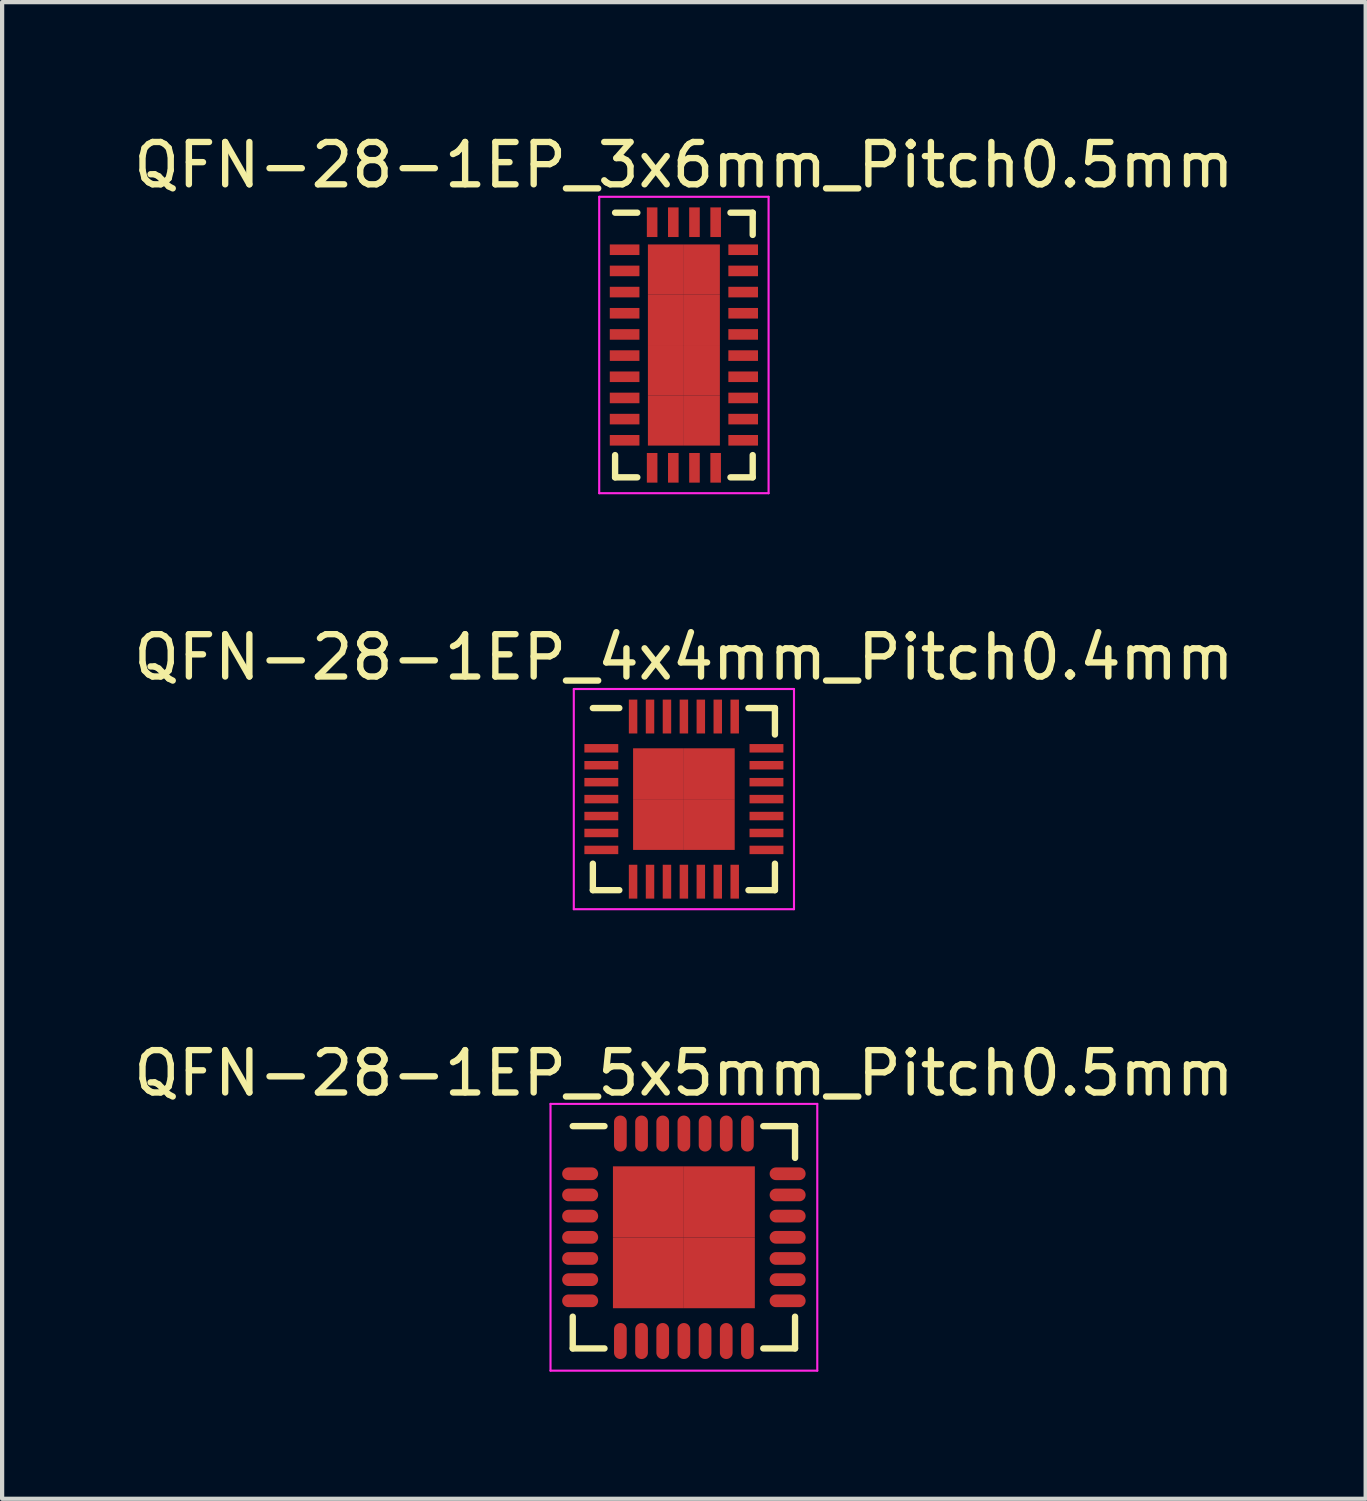
<source format=kicad_pcb>
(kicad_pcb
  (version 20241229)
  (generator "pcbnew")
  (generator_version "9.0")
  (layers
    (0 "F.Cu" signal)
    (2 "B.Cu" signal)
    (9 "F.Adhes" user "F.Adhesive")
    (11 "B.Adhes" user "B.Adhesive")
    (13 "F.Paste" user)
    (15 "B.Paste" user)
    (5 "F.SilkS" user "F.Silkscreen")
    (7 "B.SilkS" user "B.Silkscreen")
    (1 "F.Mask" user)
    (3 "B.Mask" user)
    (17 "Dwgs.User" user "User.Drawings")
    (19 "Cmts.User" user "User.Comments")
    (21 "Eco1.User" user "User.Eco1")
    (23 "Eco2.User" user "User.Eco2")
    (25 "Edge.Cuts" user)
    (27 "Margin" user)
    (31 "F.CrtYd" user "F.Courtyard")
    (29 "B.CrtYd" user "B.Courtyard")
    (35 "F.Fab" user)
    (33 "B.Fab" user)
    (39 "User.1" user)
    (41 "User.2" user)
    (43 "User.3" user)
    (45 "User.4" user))
  (footprint "QFN-28-1EP_4x4mm_Pitch0.4mm"
    (layer "F.Cu")
    (at 13.101 15.822)
    (property "Reference" "QFN-28-1EP_4x4mm_Pitch0.4mm" (at 0 -3.35 0) (layer "F.SilkS") (effects (font (size 1 1) (thickness 0.15))))
    (attr smd)
    (fp_line (start -2.15 -2.15) (end -1.525 -2.15) (stroke (width 0.15) (type solid)) (layer "F.SilkS"))
    (fp_line (start -2.15 2.15) (end -2.15 1.525) (stroke (width 0.15) (type solid)) (layer "F.SilkS"))
    (fp_line (start -2.15 2.15) (end -1.525 2.15) (stroke (width 0.15) (type solid)) (layer "F.SilkS"))
    (fp_line (start 2.15 -2.15) (end 1.525 -2.15) (stroke (width 0.15) (type solid)) (layer "F.SilkS"))
    (fp_line (start 2.15 -2.15) (end 2.15 -1.525) (stroke (width 0.15) (type solid)) (layer "F.SilkS"))
    (fp_line (start 2.15 2.15) (end 1.525 2.15) (stroke (width 0.15) (type solid)) (layer "F.SilkS"))
    (fp_line (start 2.15 2.15) (end 2.15 1.525) (stroke (width 0.15) (type solid)) (layer "F.SilkS"))
    (fp_line (start -2.6 -2.6) (end -2.6 2.6) (stroke (width 0.05) (type solid)) (layer "F.CrtYd"))
    (fp_line (start -2.6 -2.6) (end 2.6 -2.6) (stroke (width 0.05) (type solid)) (layer "F.CrtYd"))
    (fp_line (start -2.6 2.6) (end 2.6 2.6) (stroke (width 0.05) (type solid)) (layer "F.CrtYd"))
    (fp_line (start 2.6 -2.6) (end 2.6 2.6) (stroke (width 0.05) (type solid)) (layer "F.CrtYd"))
    (pad "1" smd rect (at -1.95 -1.2) (size 0.8 0.2) (layers "F.Cu" "F.Mask" "F.Paste"))
    (pad "2" smd rect (at -1.95 -0.8) (size 0.8 0.2) (layers "F.Cu" "F.Mask" "F.Paste"))
    (pad "3" smd rect (at -1.95 -0.4) (size 0.8 0.2) (layers "F.Cu" "F.Mask" "F.Paste"))
    (pad "4" smd rect (at -1.95 0) (size 0.8 0.2) (layers "F.Cu" "F.Mask" "F.Paste"))
    (pad "5" smd rect (at -1.95 0.4) (size 0.8 0.2) (layers "F.Cu" "F.Mask" "F.Paste"))
    (pad "6" smd rect (at -1.95 0.8) (size 0.8 0.2) (layers "F.Cu" "F.Mask" "F.Paste"))
    (pad "7" smd rect (at -1.95 1.2) (size 0.8 0.2) (layers "F.Cu" "F.Mask" "F.Paste"))
    (pad "8" smd rect (at -1.2 1.95 90) (size 0.8 0.2) (layers "F.Cu" "F.Mask" "F.Paste"))
    (pad "9" smd rect (at -0.8 1.95 90) (size 0.8 0.2) (layers "F.Cu" "F.Mask" "F.Paste"))
    (pad "10" smd rect (at -0.4 1.95 90) (size 0.8 0.2) (layers "F.Cu" "F.Mask" "F.Paste"))
    (pad "11" smd rect (at 0 1.95 90) (size 0.8 0.2) (layers "F.Cu" "F.Mask" "F.Paste"))
    (pad "12" smd rect (at 0.4 1.95 90) (size 0.8 0.2) (layers "F.Cu" "F.Mask" "F.Paste"))
    (pad "13" smd rect (at 0.8 1.95 90) (size 0.8 0.2) (layers "F.Cu" "F.Mask" "F.Paste"))
    (pad "14" smd rect (at 1.2 1.95 90) (size 0.8 0.2) (layers "F.Cu" "F.Mask" "F.Paste"))
    (pad "15" smd rect (at 1.95 1.2) (size 0.8 0.2) (layers "F.Cu" "F.Mask" "F.Paste"))
    (pad "16" smd rect (at 1.95 0.8) (size 0.8 0.2) (layers "F.Cu" "F.Mask" "F.Paste"))
    (pad "17" smd rect (at 1.95 0.4) (size 0.8 0.2) (layers "F.Cu" "F.Mask" "F.Paste"))
    (pad "18" smd rect (at 1.95 0) (size 0.8 0.2) (layers "F.Cu" "F.Mask" "F.Paste"))
    (pad "19" smd rect (at 1.95 -0.4) (size 0.8 0.2) (layers "F.Cu" "F.Mask" "F.Paste"))
    (pad "20" smd rect (at 1.95 -0.8) (size 0.8 0.2) (layers "F.Cu" "F.Mask" "F.Paste"))
    (pad "21" smd rect (at 1.95 -1.2) (size 0.8 0.2) (layers "F.Cu" "F.Mask" "F.Paste"))
    (pad "22" smd rect (at 1.2 -1.95 90) (size 0.8 0.2) (layers "F.Cu" "F.Mask" "F.Paste"))
    (pad "23" smd rect (at 0.8 -1.95 90) (size 0.8 0.2) (layers "F.Cu" "F.Mask" "F.Paste"))
    (pad "24" smd rect (at 0.4 -1.95 90) (size 0.8 0.2) (layers "F.Cu" "F.Mask" "F.Paste"))
    (pad "25" smd rect (at 0 -1.95 90) (size 0.8 0.2) (layers "F.Cu" "F.Mask" "F.Paste"))
    (pad "26" smd rect (at -0.4 -1.95 90) (size 0.8 0.2) (layers "F.Cu" "F.Mask" "F.Paste"))
    (pad "27" smd rect (at -0.8 -1.95 90) (size 0.8 0.2) (layers "F.Cu" "F.Mask" "F.Paste"))
    (pad "28" smd rect (at -1.2 -1.95 90) (size 0.8 0.2) (layers "F.Cu" "F.Mask" "F.Paste"))
    (pad "29" smd rect (at -0.6 -0.6) (size 1.2 1.2) (layers "F.Cu" "F.Mask" "F.Paste"))
    (pad "29" smd rect (at -0.6 0.6) (size 1.2 1.2) (layers "F.Cu" "F.Mask" "F.Paste"))
    (pad "29" smd rect (at 0.6 -0.6) (size 1.2 1.2) (layers "F.Cu" "F.Mask" "F.Paste"))
    (pad "29" smd rect (at 0.6 0.6) (size 1.2 1.2) (layers "F.Cu" "F.Mask" "F.Paste")))
  (footprint "QFN-28-1EP_3x6mm_Pitch0.5mm"
    (layer "F.Cu")
    (at 13.101 5.098)
    (property "Reference" "QFN-28-1EP_3x6mm_Pitch0.5mm" (at 0 -4.25 0) (layer "F.SilkS") (effects (font (size 1 1) (thickness 0.15))))
    (attr smd)
    (fp_line (start -1.625 -3.125) (end -1.1 -3.125) (stroke (width 0.15) (type solid)) (layer "F.SilkS"))
    (fp_line (start -1.625 3.125) (end -1.625 2.6) (stroke (width 0.15) (type solid)) (layer "F.SilkS"))
    (fp_line (start -1.625 3.125) (end -1.1 3.125) (stroke (width 0.15) (type solid)) (layer "F.SilkS"))
    (fp_line (start 1.625 -3.125) (end 1.1 -3.125) (stroke (width 0.15) (type solid)) (layer "F.SilkS"))
    (fp_line (start 1.625 -3.125) (end 1.625 -2.6) (stroke (width 0.15) (type solid)) (layer "F.SilkS"))
    (fp_line (start 1.625 3.125) (end 1.1 3.125) (stroke (width 0.15) (type solid)) (layer "F.SilkS"))
    (fp_line (start 1.625 3.125) (end 1.625 2.6) (stroke (width 0.15) (type solid)) (layer "F.SilkS"))
    (fp_line (start -2 -3.5) (end -2 3.5) (stroke (width 0.05) (type solid)) (layer "F.CrtYd"))
    (fp_line (start -2 -3.5) (end 2 -3.5) (stroke (width 0.05) (type solid)) (layer "F.CrtYd"))
    (fp_line (start -2 3.5) (end 2 3.5) (stroke (width 0.05) (type solid)) (layer "F.CrtYd"))
    (fp_line (start 2 -3.5) (end 2 3.5) (stroke (width 0.05) (type solid)) (layer "F.CrtYd"))
    (pad "1" smd rect (at -1.4 -2.25) (size 0.7 0.25) (layers "F.Cu" "F.Mask" "F.Paste"))
    (pad "2" smd rect (at -1.4 -1.75) (size 0.7 0.25) (layers "F.Cu" "F.Mask" "F.Paste"))
    (pad "3" smd rect (at -1.4 -1.25) (size 0.7 0.25) (layers "F.Cu" "F.Mask" "F.Paste"))
    (pad "4" smd rect (at -1.4 -0.75) (size 0.7 0.25) (layers "F.Cu" "F.Mask" "F.Paste"))
    (pad "5" smd rect (at -1.4 -0.25) (size 0.7 0.25) (layers "F.Cu" "F.Mask" "F.Paste"))
    (pad "6" smd rect (at -1.4 0.25) (size 0.7 0.25) (layers "F.Cu" "F.Mask" "F.Paste"))
    (pad "7" smd rect (at -1.4 0.75) (size 0.7 0.25) (layers "F.Cu" "F.Mask" "F.Paste"))
    (pad "8" smd rect (at -1.4 1.25) (size 0.7 0.25) (layers "F.Cu" "F.Mask" "F.Paste"))
    (pad "9" smd rect (at -1.4 1.75) (size 0.7 0.25) (layers "F.Cu" "F.Mask" "F.Paste"))
    (pad "10" smd rect (at -1.4 2.25) (size 0.7 0.25) (layers "F.Cu" "F.Mask" "F.Paste"))
    (pad "11" smd rect (at -0.75 2.9 90) (size 0.7 0.25) (layers "F.Cu" "F.Mask" "F.Paste"))
    (pad "12" smd rect (at -0.25 2.9 90) (size 0.7 0.25) (layers "F.Cu" "F.Mask" "F.Paste"))
    (pad "13" smd rect (at 0.25 2.9 90) (size 0.7 0.25) (layers "F.Cu" "F.Mask" "F.Paste"))
    (pad "14" smd rect (at 0.75 2.9 90) (size 0.7 0.25) (layers "F.Cu" "F.Mask" "F.Paste"))
    (pad "15" smd rect (at 1.4 2.25) (size 0.7 0.25) (layers "F.Cu" "F.Mask" "F.Paste"))
    (pad "16" smd rect (at 1.4 1.75) (size 0.7 0.25) (layers "F.Cu" "F.Mask" "F.Paste"))
    (pad "17" smd rect (at 1.4 1.25) (size 0.7 0.25) (layers "F.Cu" "F.Mask" "F.Paste"))
    (pad "18" smd rect (at 1.4 0.75) (size 0.7 0.25) (layers "F.Cu" "F.Mask" "F.Paste"))
    (pad "19" smd rect (at 1.4 0.25) (size 0.7 0.25) (layers "F.Cu" "F.Mask" "F.Paste"))
    (pad "20" smd rect (at 1.4 -0.25) (size 0.7 0.25) (layers "F.Cu" "F.Mask" "F.Paste"))
    (pad "21" smd rect (at 1.4 -0.75) (size 0.7 0.25) (layers "F.Cu" "F.Mask" "F.Paste"))
    (pad "22" smd rect (at 1.4 -1.25) (size 0.7 0.25) (layers "F.Cu" "F.Mask" "F.Paste"))
    (pad "23" smd rect (at 1.4 -1.75) (size 0.7 0.25) (layers "F.Cu" "F.Mask" "F.Paste"))
    (pad "24" smd rect (at 1.4 -2.25) (size 0.7 0.25) (layers "F.Cu" "F.Mask" "F.Paste"))
    (pad "25" smd rect (at 0.75 -2.9 90) (size 0.7 0.25) (layers "F.Cu" "F.Mask" "F.Paste"))
    (pad "26" smd rect (at 0.25 -2.9 90) (size 0.7 0.25) (layers "F.Cu" "F.Mask" "F.Paste"))
    (pad "27" smd rect (at -0.25 -2.9 90) (size 0.7 0.25) (layers "F.Cu" "F.Mask" "F.Paste"))
    (pad "28" smd rect (at -0.75 -2.9 90) (size 0.7 0.25) (layers "F.Cu" "F.Mask" "F.Paste"))
    (pad "29" smd rect (at -0.425 -1.781) (size 0.85 1.188) (layers "F.Cu" "F.Mask" "F.Paste"))
    (pad "29" smd rect (at -0.425 -0.594) (size 0.85 1.188) (layers "F.Cu" "F.Mask" "F.Paste"))
    (pad "29" smd rect (at -0.425 0.594) (size 0.85 1.188) (layers "F.Cu" "F.Mask" "F.Paste"))
    (pad "29" smd rect (at -0.425 1.781) (size 0.85 1.188) (layers "F.Cu" "F.Mask" "F.Paste"))
    (pad "29" smd rect (at 0.425 -1.781) (size 0.85 1.188) (layers "F.Cu" "F.Mask" "F.Paste"))
    (pad "29" smd rect (at 0.425 -0.594) (size 0.85 1.188) (layers "F.Cu" "F.Mask" "F.Paste"))
    (pad "29" smd rect (at 0.425 0.594) (size 0.85 1.188) (layers "F.Cu" "F.Mask" "F.Paste"))
    (pad "29" smd rect (at 0.425 1.781) (size 0.85 1.188) (layers "F.Cu" "F.Mask" "F.Paste")))
  (footprint "QFN-28-1EP_5x5mm_Pitch0.5mm"
    (layer "F.Cu")
    (at 13.101 26.17)
    (property "Reference" "QFN-28-1EP_5x5mm_Pitch0.5mm" (at 0 -3.875 0) (layer "F.SilkS") (effects (font (size 1 1) (thickness 0.15))))
    (attr smd)
    (fp_line (start -2.625 -2.625) (end -1.875 -2.625) (stroke (width 0.15) (type solid)) (layer "F.SilkS"))
    (fp_line (start -2.625 2.625) (end -2.625 1.875) (stroke (width 0.15) (type solid)) (layer "F.SilkS"))
    (fp_line (start -2.625 2.625) (end -1.875 2.625) (stroke (width 0.15) (type solid)) (layer "F.SilkS"))
    (fp_line (start 2.625 -2.625) (end 1.875 -2.625) (stroke (width 0.15) (type solid)) (layer "F.SilkS"))
    (fp_line (start 2.625 -2.625) (end 2.625 -1.875) (stroke (width 0.15) (type solid)) (layer "F.SilkS"))
    (fp_line (start 2.625 2.625) (end 1.875 2.625) (stroke (width 0.15) (type solid)) (layer "F.SilkS"))
    (fp_line (start 2.625 2.625) (end 2.625 1.875) (stroke (width 0.15) (type solid)) (layer "F.SilkS"))
    (fp_line (start -3.15 -3.15) (end -3.15 3.15) (stroke (width 0.05) (type solid)) (layer "F.CrtYd"))
    (fp_line (start -3.15 -3.15) (end 3.15 -3.15) (stroke (width 0.05) (type solid)) (layer "F.CrtYd"))
    (fp_line (start -3.15 3.15) (end 3.15 3.15) (stroke (width 0.05) (type solid)) (layer "F.CrtYd"))
    (fp_line (start 3.15 -3.15) (end 3.15 3.15) (stroke (width 0.05) (type solid)) (layer "F.CrtYd"))
    (pad "1" smd oval (at -2.45 -1.5) (size 0.85 0.3) (layers "F.Cu" "F.Mask" "F.Paste"))
    (pad "2" smd oval (at -2.45 -1) (size 0.85 0.3) (layers "F.Cu" "F.Mask" "F.Paste"))
    (pad "3" smd oval (at -2.45 -0.5) (size 0.85 0.3) (layers "F.Cu" "F.Mask" "F.Paste"))
    (pad "4" smd oval (at -2.45 0) (size 0.85 0.3) (layers "F.Cu" "F.Mask" "F.Paste"))
    (pad "5" smd oval (at -2.45 0.5) (size 0.85 0.3) (layers "F.Cu" "F.Mask" "F.Paste"))
    (pad "6" smd oval (at -2.45 1) (size 0.85 0.3) (layers "F.Cu" "F.Mask" "F.Paste"))
    (pad "7" smd oval (at -2.45 1.5) (size 0.85 0.3) (layers "F.Cu" "F.Mask" "F.Paste"))
    (pad "8" smd oval (at -1.5 2.45 90) (size 0.85 0.3) (layers "F.Cu" "F.Mask" "F.Paste"))
    (pad "9" smd oval (at -1 2.45 90) (size 0.85 0.3) (layers "F.Cu" "F.Mask" "F.Paste"))
    (pad "10" smd oval (at -0.5 2.45 90) (size 0.85 0.3) (layers "F.Cu" "F.Mask" "F.Paste"))
    (pad "11" smd oval (at 0 2.45 90) (size 0.85 0.3) (layers "F.Cu" "F.Mask" "F.Paste"))
    (pad "12" smd oval (at 0.5 2.45 90) (size 0.85 0.3) (layers "F.Cu" "F.Mask" "F.Paste"))
    (pad "13" smd oval (at 1 2.45 90) (size 0.85 0.3) (layers "F.Cu" "F.Mask" "F.Paste"))
    (pad "14" smd oval (at 1.5 2.45 90) (size 0.85 0.3) (layers "F.Cu" "F.Mask" "F.Paste"))
    (pad "15" smd oval (at 2.45 1.5) (size 0.85 0.3) (layers "F.Cu" "F.Mask" "F.Paste"))
    (pad "16" smd oval (at 2.45 1) (size 0.85 0.3) (layers "F.Cu" "F.Mask" "F.Paste"))
    (pad "17" smd oval (at 2.45 0.5) (size 0.85 0.3) (layers "F.Cu" "F.Mask" "F.Paste"))
    (pad "18" smd oval (at 2.45 0) (size 0.85 0.3) (layers "F.Cu" "F.Mask" "F.Paste"))
    (pad "19" smd oval (at 2.45 -0.5) (size 0.85 0.3) (layers "F.Cu" "F.Mask" "F.Paste"))
    (pad "20" smd oval (at 2.45 -1) (size 0.85 0.3) (layers "F.Cu" "F.Mask" "F.Paste"))
    (pad "21" smd oval (at 2.45 -1.5) (size 0.85 0.3) (layers "F.Cu" "F.Mask" "F.Paste"))
    (pad "22" smd oval (at 1.5 -2.45 90) (size 0.85 0.3) (layers "F.Cu" "F.Mask" "F.Paste"))
    (pad "23" smd oval (at 1 -2.45 90) (size 0.85 0.3) (layers "F.Cu" "F.Mask" "F.Paste"))
    (pad "24" smd oval (at 0.5 -2.45 90) (size 0.85 0.3) (layers "F.Cu" "F.Mask" "F.Paste"))
    (pad "25" smd oval (at 0 -2.45 90) (size 0.85 0.3) (layers "F.Cu" "F.Mask" "F.Paste"))
    (pad "26" smd oval (at -0.5 -2.45 90) (size 0.85 0.3) (layers "F.Cu" "F.Mask" "F.Paste"))
    (pad "27" smd oval (at -1 -2.45 90) (size 0.85 0.3) (layers "F.Cu" "F.Mask" "F.Paste"))
    (pad "28" smd oval (at -1.5 -2.45 90) (size 0.85 0.3) (layers "F.Cu" "F.Mask" "F.Paste"))
    (pad "29" smd rect (at -0.838 -0.838) (size 1.675 1.675) (layers "F.Cu" "F.Mask" "F.Paste"))
    (pad "29" smd rect (at -0.838 0.838) (size 1.675 1.675) (layers "F.Cu" "F.Mask" "F.Paste"))
    (pad "29" smd rect (at 0.838 -0.838) (size 1.675 1.675) (layers "F.Cu" "F.Mask" "F.Paste"))
    (pad "29" smd rect (at 0.838 0.838) (size 1.675 1.675) (layers "F.Cu" "F.Mask" "F.Paste")))
  (gr_rect
    (start -3 -3)
    (end 29.202 32.345)
    (stroke (width 0.1) (type default))
    (fill no)
    (layer "Edge.Cuts")))
</source>
